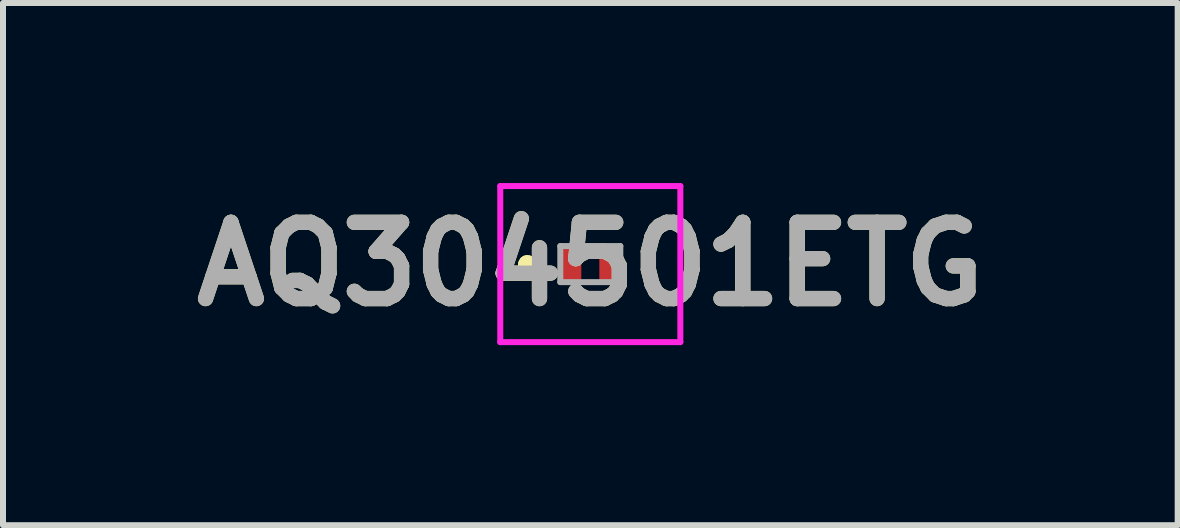
<source format=kicad_pcb>
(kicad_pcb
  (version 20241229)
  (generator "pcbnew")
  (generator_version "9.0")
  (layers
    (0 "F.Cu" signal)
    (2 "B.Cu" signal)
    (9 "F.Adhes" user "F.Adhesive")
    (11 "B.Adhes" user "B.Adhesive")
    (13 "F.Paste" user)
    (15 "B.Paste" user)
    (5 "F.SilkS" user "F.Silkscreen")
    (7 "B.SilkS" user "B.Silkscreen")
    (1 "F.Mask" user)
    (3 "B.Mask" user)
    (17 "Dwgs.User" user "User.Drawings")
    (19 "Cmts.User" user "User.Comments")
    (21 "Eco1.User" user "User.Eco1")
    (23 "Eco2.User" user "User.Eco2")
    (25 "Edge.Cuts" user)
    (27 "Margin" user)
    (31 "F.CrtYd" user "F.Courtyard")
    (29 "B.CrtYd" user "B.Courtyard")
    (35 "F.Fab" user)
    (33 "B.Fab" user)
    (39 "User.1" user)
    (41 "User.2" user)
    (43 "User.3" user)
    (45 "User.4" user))
  (footprint "AQ304501ETG"
    (layer "F.Cu")
    (at 6.785 1.35)
    (property "Reference" "AQ304501ETG" (at 0 0 0) (layer "F.SilkS") (effects (font (size 1.27 1.27) (thickness 0.254))))
    (attr smd)
    (fp_line (start -1.1 0) (end -1.1 0) (stroke (width 0.2) (type solid)) (layer "F.SilkS"))
    (fp_line (start -1 0) (end -1 0) (stroke (width 0.2) (type solid)) (layer "F.SilkS"))
    (fp_line (start -1 0) (end -1 0) (stroke (width 0.2) (type solid)) (layer "F.SilkS"))
    (fp_arc (start -1.1 0) (mid -1.05 -0.05) (end -1 0) (stroke (width 0.2) (type solid)) (layer "F.SilkS"))
    (fp_arc (start -1.1 0) (mid -1.05 -0.05) (end -1 0) (stroke (width 0.2) (type solid)) (layer "F.SilkS"))
    (fp_arc (start -1 0) (mid -1.05 0.05) (end -1.1 0) (stroke (width 0.2) (type solid)) (layer "F.SilkS"))
    (fp_line (start -1.5 -1.3) (end 1.5 -1.3) (stroke (width 0.1) (type solid)) (layer "F.CrtYd"))
    (fp_line (start -1.5 1.3) (end -1.5 -1.3) (stroke (width 0.1) (type solid)) (layer "F.CrtYd"))
    (fp_line (start 1.5 -1.3) (end 1.5 1.3) (stroke (width 0.1) (type solid)) (layer "F.CrtYd"))
    (fp_line (start 1.5 1.3) (end -1.5 1.3) (stroke (width 0.1) (type solid)) (layer "F.CrtYd"))
    (fp_line (start -0.5 -0.3) (end -0.5 0.3) (stroke (width 0.1) (type solid)) (layer "F.Fab"))
    (fp_line (start -0.5 0.3) (end 0.5 0.3) (stroke (width 0.1) (type solid)) (layer "F.Fab"))
    (fp_line (start 0.5 -0.3) (end -0.5 -0.3) (stroke (width 0.1) (type solid)) (layer "F.Fab"))
    (fp_line (start 0.5 0.3) (end 0.5 -0.3) (stroke (width 0.1) (type solid)) (layer "F.Fab"))
    (fp_text user "${REFERENCE}" (at 0 0 0) (layer "F.Fab") (effects (font (size 1.27 1.27) (thickness 0.254))))
    (pad "1" smd rect (at -0.325 0) (size 0.35 0.6) (layers "F.Cu" "F.Mask" "F.Paste"))
    (pad "2" smd rect (at 0.325 0) (size 0.35 0.6) (layers "F.Cu" "F.Mask" "F.Paste")))
  (gr_rect
    (start -3 -3)
    (end 16.571 5.7)
    (stroke (width 0.1) (type default))
    (fill no)
    (layer "Edge.Cuts")))
</source>
